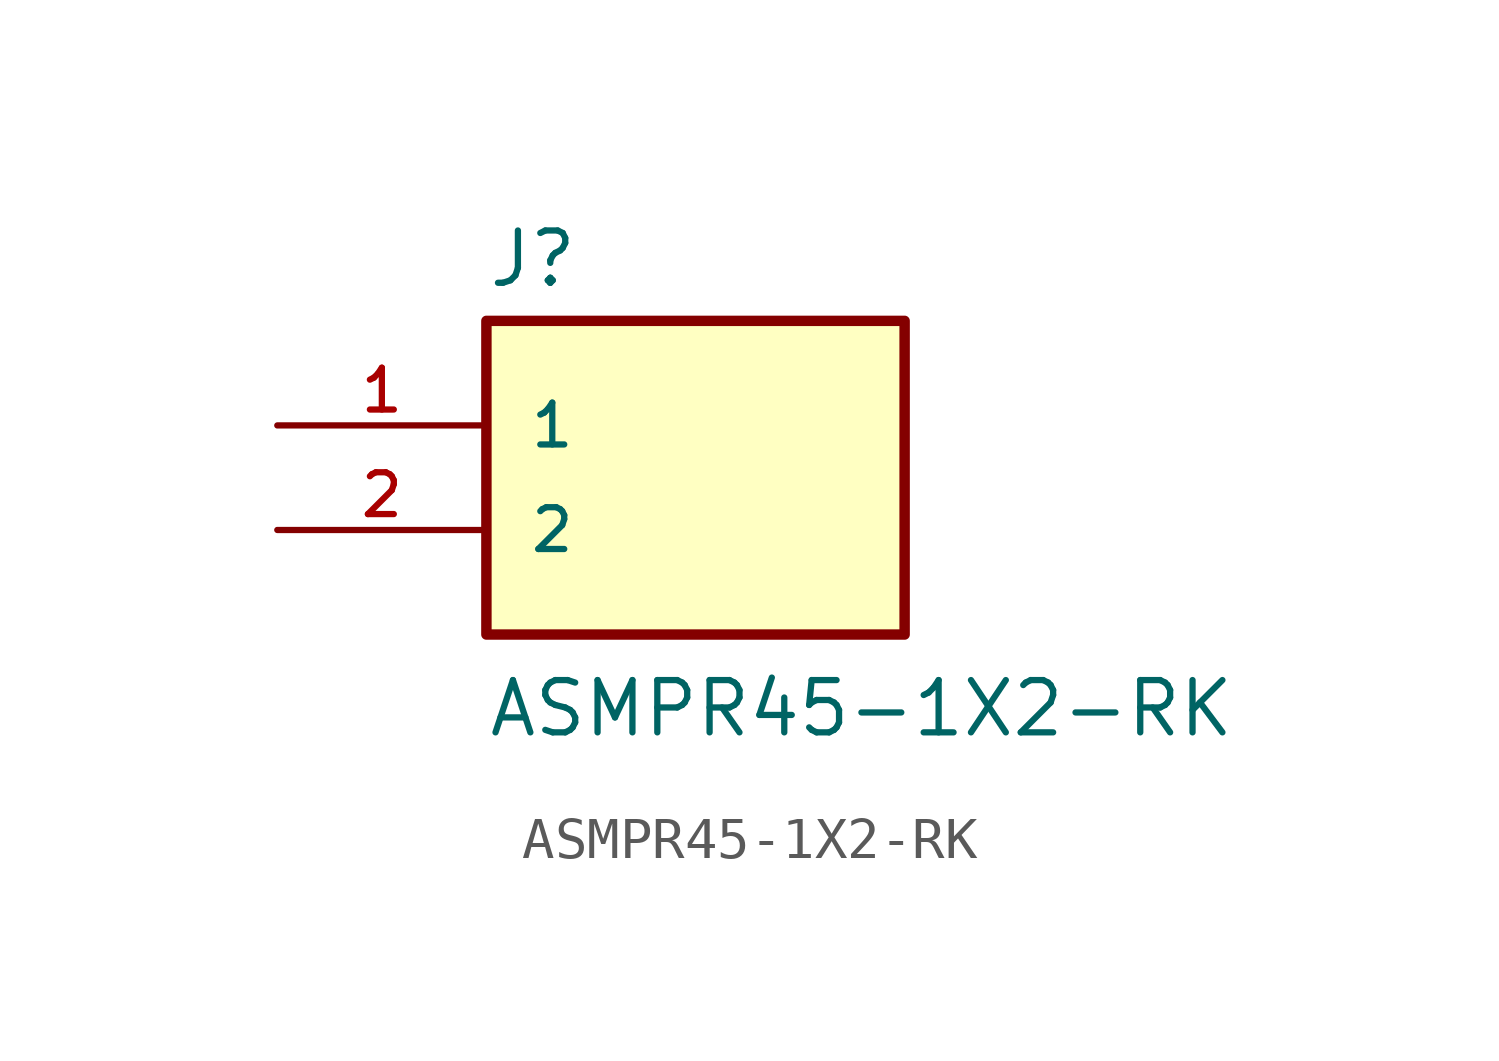
<source format=kicad_sym>
(kicad_symbol_lib
  (version 20211014)
  (generator kicad_symbol_editor)
  (symbol "ASMPR45-1X2-RK"
    (pin_names
      (offset 1.016))
    (property "Reference" "J"
      (at -5.08 3.302 0)
      (effects (font (size 1.27 1.27)) (justify bottom left)))
    (property "Value" "ASMPR45-1X2-RK"
      (at -5.08 -7.62 0)
      (effects (font (size 1.27 1.27)) (justify bottom left)))
    (symbol "ASMPR45-1X2-RK_0_0"
      (rectangle (start -5.08 -5.08) (end 5.08 2.54) (stroke (width 0.254)) (fill (type background)))
      (pin passive line (at -10.16 0.0 0) (length 5.08) (name "1" (effects (font (size 1.016 1.016)))) (number "1" (effects (font (size 1.016 1.016)))))
      (pin passive line (at -10.16 -2.54 0) (length 5.08) (name "2" (effects (font (size 1.016 1.016)))) (number "2" (effects (font (size 1.016 1.016))))))))
</source>
